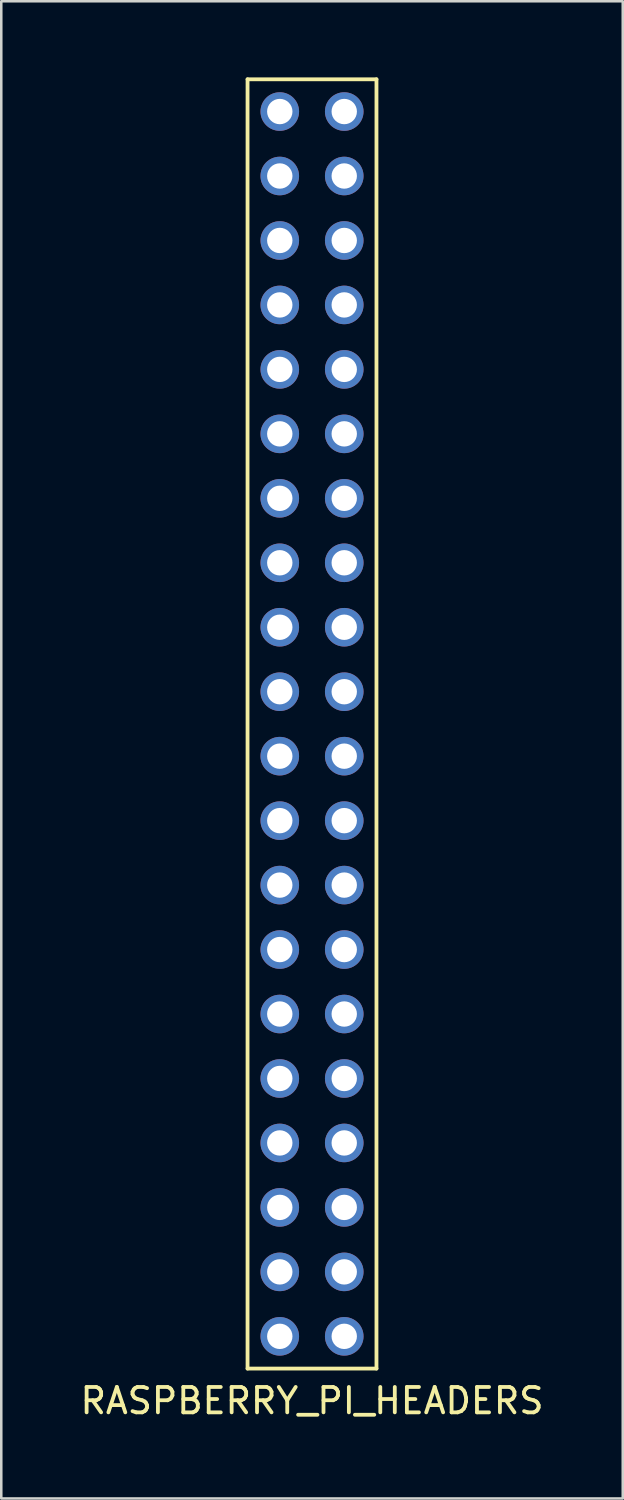
<source format=kicad_pcb>
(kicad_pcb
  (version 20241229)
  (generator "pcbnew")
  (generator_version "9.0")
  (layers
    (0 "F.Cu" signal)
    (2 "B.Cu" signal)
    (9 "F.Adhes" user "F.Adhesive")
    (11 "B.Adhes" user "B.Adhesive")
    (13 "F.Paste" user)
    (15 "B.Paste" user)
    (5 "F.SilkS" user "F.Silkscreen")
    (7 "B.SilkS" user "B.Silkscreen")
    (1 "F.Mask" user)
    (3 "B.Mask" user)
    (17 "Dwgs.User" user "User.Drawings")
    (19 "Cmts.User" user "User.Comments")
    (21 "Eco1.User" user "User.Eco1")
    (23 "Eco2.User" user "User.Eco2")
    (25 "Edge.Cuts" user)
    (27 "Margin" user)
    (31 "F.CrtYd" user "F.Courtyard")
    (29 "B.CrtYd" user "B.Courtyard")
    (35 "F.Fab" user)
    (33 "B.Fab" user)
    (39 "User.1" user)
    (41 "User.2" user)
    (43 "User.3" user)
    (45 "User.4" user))
  (footprint "RASPBERRY_PI_HEADERS"
    (layer "F.Cu")
    (at 6.704 10.235)
    (property "Reference" "RASPBERRY_PI_HEADERS" (at 2.54 41.91 0) (layer "F.SilkS") (effects (font (size 1 1) (thickness 0.15))))
    (attr through_hole)
    (fp_line (start 0 -10.16) (end 0 40.64) (stroke (width 0.15) (type solid)) (layer "F.SilkS"))
    (fp_line (start 0 40.64) (end 5.08 40.64) (stroke (width 0.15) (type solid)) (layer "F.SilkS"))
    (fp_line (start 5.08 -10.16) (end 0 -10.16) (stroke (width 0.15) (type solid)) (layer "F.SilkS"))
    (fp_line (start 5.08 40.64) (end 5.08 -10.16) (stroke (width 0.15) (type solid)) (layer "F.SilkS"))
    (pad "1" thru_hole circle (at 1.27 -8.89) (size 1.52 1.52) (drill 1) (layers "*.Cu" "*.Mask" "F.Paste"))
    (pad "2" thru_hole circle (at 3.81 -8.89) (size 1.52 1.52) (drill 1) (layers "*.Cu" "*.Mask" "F.Paste"))
    (pad "3" thru_hole circle (at 1.27 -6.35) (size 1.52 1.52) (drill 1) (layers "*.Cu" "*.Mask" "F.Paste"))
    (pad "4" thru_hole circle (at 3.81 -6.35) (size 1.52 1.52) (drill 1) (layers "*.Cu" "*.Mask" "F.Paste"))
    (pad "5" thru_hole circle (at 1.27 -3.81) (size 1.52 1.52) (drill 1) (layers "*.Cu" "*.Mask" "F.Paste"))
    (pad "6" thru_hole circle (at 3.81 -3.81) (size 1.52 1.52) (drill 1) (layers "*.Cu" "*.Mask" "F.Paste"))
    (pad "7" thru_hole circle (at 1.27 -1.27) (size 1.52 1.52) (drill 1) (layers "*.Cu" "*.Mask" "F.Paste"))
    (pad "8" thru_hole circle (at 3.81 -1.27) (size 1.52 1.52) (drill 1) (layers "*.Cu" "*.Mask" "F.Paste"))
    (pad "9" thru_hole circle (at 1.27 1.27) (size 1.52 1.52) (drill 1) (layers "*.Cu" "*.Mask" "F.Paste"))
    (pad "10" thru_hole circle (at 3.81 1.27) (size 1.52 1.52) (drill 1) (layers "*.Cu" "*.Mask" "F.Paste"))
    (pad "11" thru_hole circle (at 1.27 3.81) (size 1.52 1.52) (drill 1) (layers "*.Cu" "*.Mask" "F.Paste"))
    (pad "12" thru_hole circle (at 3.81 3.81) (size 1.52 1.52) (drill 1) (layers "*.Cu" "*.Mask" "F.Paste"))
    (pad "13" thru_hole circle (at 1.27 6.35) (size 1.52 1.52) (drill 1) (layers "*.Cu" "*.Mask" "F.Paste"))
    (pad "14" thru_hole circle (at 3.81 6.35) (size 1.52 1.52) (drill 1) (layers "*.Cu" "*.Mask" "F.Paste"))
    (pad "15" thru_hole circle (at 1.27 8.89) (size 1.52 1.52) (drill 1) (layers "*.Cu" "*.Mask" "F.Paste"))
    (pad "16" thru_hole circle (at 3.81 8.89) (size 1.52 1.52) (drill 1) (layers "*.Cu" "*.Mask" "F.Paste"))
    (pad "17" thru_hole circle (at 1.27 11.43) (size 1.52 1.52) (drill 1) (layers "*.Cu" "*.Mask" "F.Paste"))
    (pad "18" thru_hole circle (at 3.81 11.43) (size 1.52 1.52) (drill 1) (layers "*.Cu" "*.Mask" "F.Paste"))
    (pad "19" thru_hole circle (at 1.27 13.97) (size 1.52 1.52) (drill 1) (layers "*.Cu" "*.Mask" "F.Paste"))
    (pad "20" thru_hole circle (at 3.81 13.97) (size 1.52 1.52) (drill 1) (layers "*.Cu" "*.Mask" "F.Paste"))
    (pad "21" thru_hole circle (at 1.27 16.51) (size 1.52 1.52) (drill 1) (layers "*.Cu" "*.Mask" "F.Paste"))
    (pad "22" thru_hole circle (at 3.81 16.51) (size 1.52 1.52) (drill 1) (layers "*.Cu" "*.Mask" "F.Paste"))
    (pad "23" thru_hole circle (at 1.27 19.05) (size 1.52 1.52) (drill 1) (layers "*.Cu" "*.Mask" "F.Paste"))
    (pad "24" thru_hole circle (at 3.81 19.05) (size 1.52 1.52) (drill 1) (layers "*.Cu" "*.Mask" "F.Paste"))
    (pad "25" thru_hole circle (at 1.27 21.59) (size 1.52 1.52) (drill 1) (layers "*.Cu" "*.Mask" "F.Paste"))
    (pad "26" thru_hole circle (at 3.81 21.59) (size 1.52 1.52) (drill 1) (layers "*.Cu" "*.Mask" "F.Paste"))
    (pad "27" thru_hole circle (at 1.27 24.13) (size 1.52 1.52) (drill 1) (layers "*.Cu" "*.Mask" "F.Paste"))
    (pad "28" thru_hole circle (at 3.81 24.13) (size 1.52 1.52) (drill 1) (layers "*.Cu" "*.Mask" "F.Paste"))
    (pad "29" thru_hole circle (at 1.27 26.67) (size 1.52 1.52) (drill 1) (layers "*.Cu" "*.Mask" "F.Paste"))
    (pad "30" thru_hole circle (at 3.81 26.67) (size 1.52 1.52) (drill 1) (layers "*.Cu" "*.Mask" "F.Paste"))
    (pad "31" thru_hole circle (at 1.27 29.21) (size 1.52 1.52) (drill 1) (layers "*.Cu" "*.Mask" "F.Paste"))
    (pad "32" thru_hole circle (at 3.81 29.21) (size 1.52 1.52) (drill 1) (layers "*.Cu" "*.Mask" "F.Paste"))
    (pad "33" thru_hole circle (at 1.27 31.75) (size 1.52 1.52) (drill 1) (layers "*.Cu" "*.Mask" "F.Paste"))
    (pad "34" thru_hole circle (at 3.81 31.75) (size 1.52 1.52) (drill 1) (layers "*.Cu" "*.Mask" "F.Paste"))
    (pad "35" thru_hole circle (at 1.27 34.29) (size 1.52 1.52) (drill 1) (layers "*.Cu" "*.Mask" "F.Paste"))
    (pad "36" thru_hole circle (at 3.81 34.29) (size 1.52 1.52) (drill 1) (layers "*.Cu" "*.Mask" "F.Paste"))
    (pad "37" thru_hole circle (at 1.27 36.83) (size 1.52 1.52) (drill 1) (layers "*.Cu" "*.Mask" "F.Paste"))
    (pad "38" thru_hole circle (at 3.81 36.83) (size 1.52 1.52) (drill 1) (layers "*.Cu" "*.Mask" "F.Paste"))
    (pad "39" thru_hole circle (at 1.27 39.37) (size 1.52 1.52) (drill 1) (layers "*.Cu" "*.Mask" "F.Paste"))
    (pad "40" thru_hole circle (at 3.81 39.37) (size 1.52 1.52) (drill 1) (layers "*.Cu" "*.Mask" "F.Paste")))
  (gr_rect
    (start -3 -3)
    (end 21.488 55.993)
    (stroke (width 0.1) (type default))
    (fill no)
    (layer "Edge.Cuts")))
</source>
